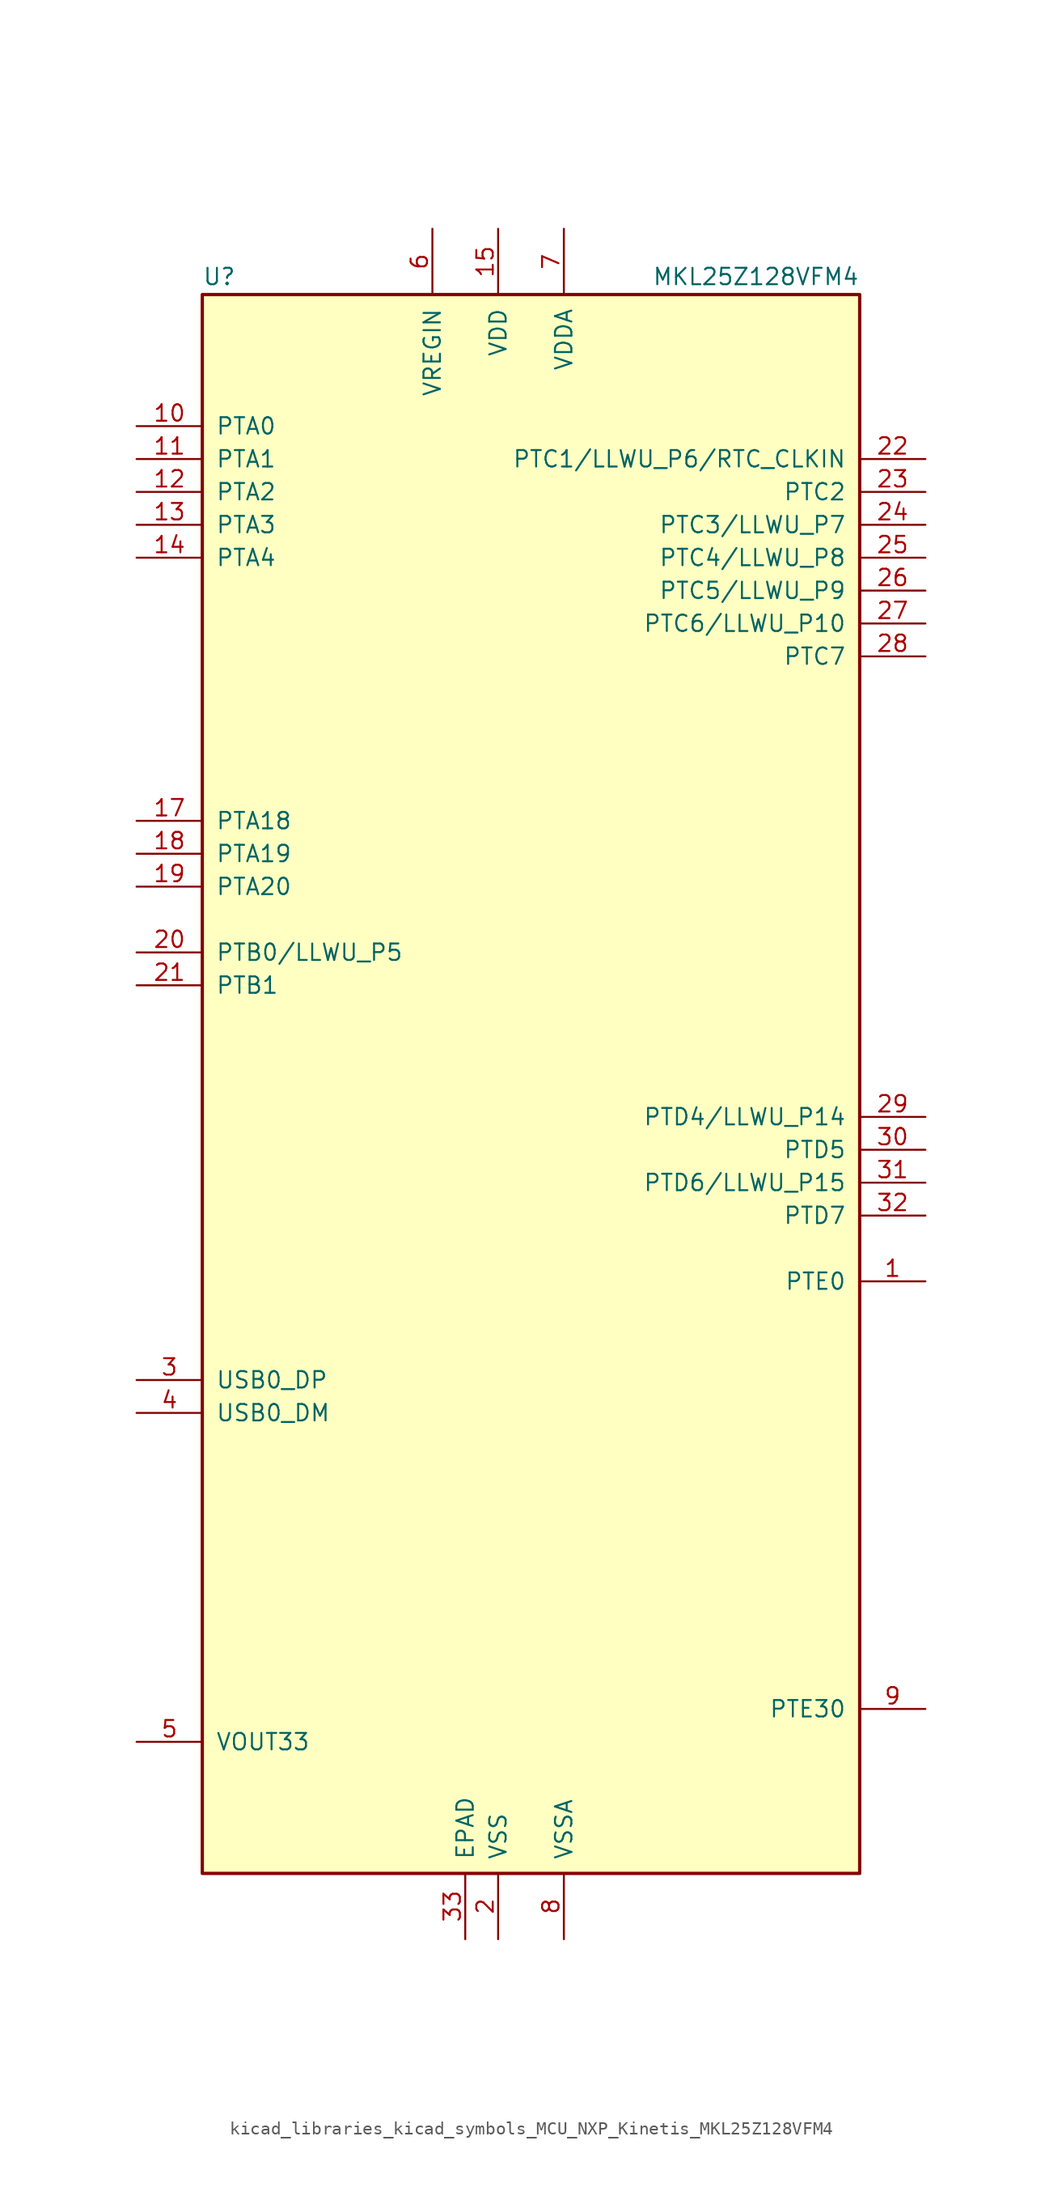
<source format=kicad_sym>
(kicad_symbol_lib
  (version 20220914)
  (generator kicad_symbol_editor)
  (symbol "kicad_libraries_kicad_symbols_MCU_NXP_Kinetis_MKL25Z128VFM4"
    (pin_names
      (offset 1.016))
    (property "Reference" "U"
      (at -25.4 61.595 0)
      (effects (font (size 1.27 1.27)) (justify left bottom)))
    (property "Value" "MKL25Z128VFM4"
      (at 25.4 61.595 0)
      (effects (font (size 1.27 1.27)) (justify right bottom)))
    (symbol "kicad_libraries_kicad_symbols_MCU_NXP_Kinetis_MKL25Z128VFM4_0_1"
      (rectangle (start -25.4 60.96) (end 25.4 -60.96) (stroke (width 0.254) (type default)) (fill (type background))))
    (symbol "kicad_libraries_kicad_symbols_MCU_NXP_Kinetis_MKL25Z128VFM4_1_1"
      (pin bidirectional line (at 30.48 -15.24 180) (length 5.08) (name "PTE0" (effects (font (size 1.27 1.27)))) (number "1" (effects (font (size 1.27 1.27)))))
      (pin bidirectional line (at -30.48 50.8 0) (length 5.08) (name "PTA0" (effects (font (size 1.27 1.27)))) (number "10" (effects (font (size 1.27 1.27)))))
      (pin bidirectional line (at -30.48 48.26 0) (length 5.08) (name "PTA1" (effects (font (size 1.27 1.27)))) (number "11" (effects (font (size 1.27 1.27)))))
      (pin bidirectional line (at -30.48 45.72 0) (length 5.08) (name "PTA2" (effects (font (size 1.27 1.27)))) (number "12" (effects (font (size 1.27 1.27)))))
      (pin bidirectional line (at -30.48 43.18 0) (length 5.08) (name "PTA3" (effects (font (size 1.27 1.27)))) (number "13" (effects (font (size 1.27 1.27)))))
      (pin bidirectional line (at -30.48 40.64 0) (length 5.08) (name "PTA4" (effects (font (size 1.27 1.27)))) (number "14" (effects (font (size 1.27 1.27)))))
      (pin power_in line (at -2.54 66.04 270) (length 5.08) (name "VDD" (effects (font (size 1.27 1.27)))) (number "15" (effects (font (size 1.27 1.27)))))
      (pin passive line (at -2.54 -66.04 90) (length 5.08) hide (name "VSS" (effects (font (size 1.27 1.27)))) (number "16" (effects (font (size 1.27 1.27)))))
      (pin bidirectional line (at -30.48 20.32 0) (length 5.08) (name "PTA18" (effects (font (size 1.27 1.27)))) (number "17" (effects (font (size 1.27 1.27)))))
      (pin bidirectional line (at -30.48 17.78 0) (length 5.08) (name "PTA19" (effects (font (size 1.27 1.27)))) (number "18" (effects (font (size 1.27 1.27)))))
      (pin bidirectional line (at -30.48 15.24 0) (length 5.08) (name "PTA20" (effects (font (size 1.27 1.27)))) (number "19" (effects (font (size 1.27 1.27)))))
      (pin power_in line (at -2.54 -66.04 90) (length 5.08) (name "VSS" (effects (font (size 1.27 1.27)))) (number "2" (effects (font (size 1.27 1.27)))))
      (pin bidirectional line (at -30.48 10.16 0) (length 5.08) (name "PTB0/LLWU_P5" (effects (font (size 1.27 1.27)))) (number "20" (effects (font (size 1.27 1.27)))))
      (pin bidirectional line (at -30.48 7.62 0) (length 5.08) (name "PTB1" (effects (font (size 1.27 1.27)))) (number "21" (effects (font (size 1.27 1.27)))))
      (pin bidirectional line (at 30.48 48.26 180) (length 5.08) (name "PTC1/LLWU_P6/RTC_CLKIN" (effects (font (size 1.27 1.27)))) (number "22" (effects (font (size 1.27 1.27)))))
      (pin bidirectional line (at 30.48 45.72 180) (length 5.08) (name "PTC2" (effects (font (size 1.27 1.27)))) (number "23" (effects (font (size 1.27 1.27)))))
      (pin bidirectional line (at 30.48 43.18 180) (length 5.08) (name "PTC3/LLWU_P7" (effects (font (size 1.27 1.27)))) (number "24" (effects (font (size 1.27 1.27)))))
      (pin bidirectional line (at 30.48 40.64 180) (length 5.08) (name "PTC4/LLWU_P8" (effects (font (size 1.27 1.27)))) (number "25" (effects (font (size 1.27 1.27)))))
      (pin bidirectional line (at 30.48 38.1 180) (length 5.08) (name "PTC5/LLWU_P9" (effects (font (size 1.27 1.27)))) (number "26" (effects (font (size 1.27 1.27)))))
      (pin bidirectional line (at 30.48 35.56 180) (length 5.08) (name "PTC6/LLWU_P10" (effects (font (size 1.27 1.27)))) (number "27" (effects (font (size 1.27 1.27)))))
      (pin bidirectional line (at 30.48 33.02 180) (length 5.08) (name "PTC7" (effects (font (size 1.27 1.27)))) (number "28" (effects (font (size 1.27 1.27)))))
      (pin bidirectional line (at 30.48 -2.54 180) (length 5.08) (name "PTD4/LLWU_P14" (effects (font (size 1.27 1.27)))) (number "29" (effects (font (size 1.27 1.27)))))
      (pin bidirectional line (at -30.48 -22.86 0) (length 5.08) (name "USB0_DP" (effects (font (size 1.27 1.27)))) (number "3" (effects (font (size 1.27 1.27)))))
      (pin bidirectional line (at 30.48 -5.08 180) (length 5.08) (name "PTD5" (effects (font (size 1.27 1.27)))) (number "30" (effects (font (size 1.27 1.27)))))
      (pin bidirectional line (at 30.48 -7.62 180) (length 5.08) (name "PTD6/LLWU_P15" (effects (font (size 1.27 1.27)))) (number "31" (effects (font (size 1.27 1.27)))))
      (pin bidirectional line (at 30.48 -10.16 180) (length 5.08) (name "PTD7" (effects (font (size 1.27 1.27)))) (number "32" (effects (font (size 1.27 1.27)))))
      (pin power_in line (at -5.08 -66.04 90) (length 5.08) (name "EPAD" (effects (font (size 1.27 1.27)))) (number "33" (effects (font (size 1.27 1.27)))))
      (pin bidirectional line (at -30.48 -25.4 0) (length 5.08) (name "USB0_DM" (effects (font (size 1.27 1.27)))) (number "4" (effects (font (size 1.27 1.27)))))
      (pin power_out line (at -30.48 -50.8 0) (length 5.08) (name "VOUT33" (effects (font (size 1.27 1.27)))) (number "5" (effects (font (size 1.27 1.27)))))
      (pin power_in line (at -7.62 66.04 270) (length 5.08) (name "VREGIN" (effects (font (size 1.27 1.27)))) (number "6" (effects (font (size 1.27 1.27)))))
      (pin power_in line (at 2.54 66.04 270) (length 5.08) (name "VDDA" (effects (font (size 1.27 1.27)))) (number "7" (effects (font (size 1.27 1.27)))))
      (pin power_in line (at 2.54 -66.04 90) (length 5.08) (name "VSSA" (effects (font (size 1.27 1.27)))) (number "8" (effects (font (size 1.27 1.27)))))
      (pin bidirectional line (at 30.48 -48.26 180) (length 5.08) (name "PTE30" (effects (font (size 1.27 1.27)))) (number "9" (effects (font (size 1.27 1.27))))))))
</source>
